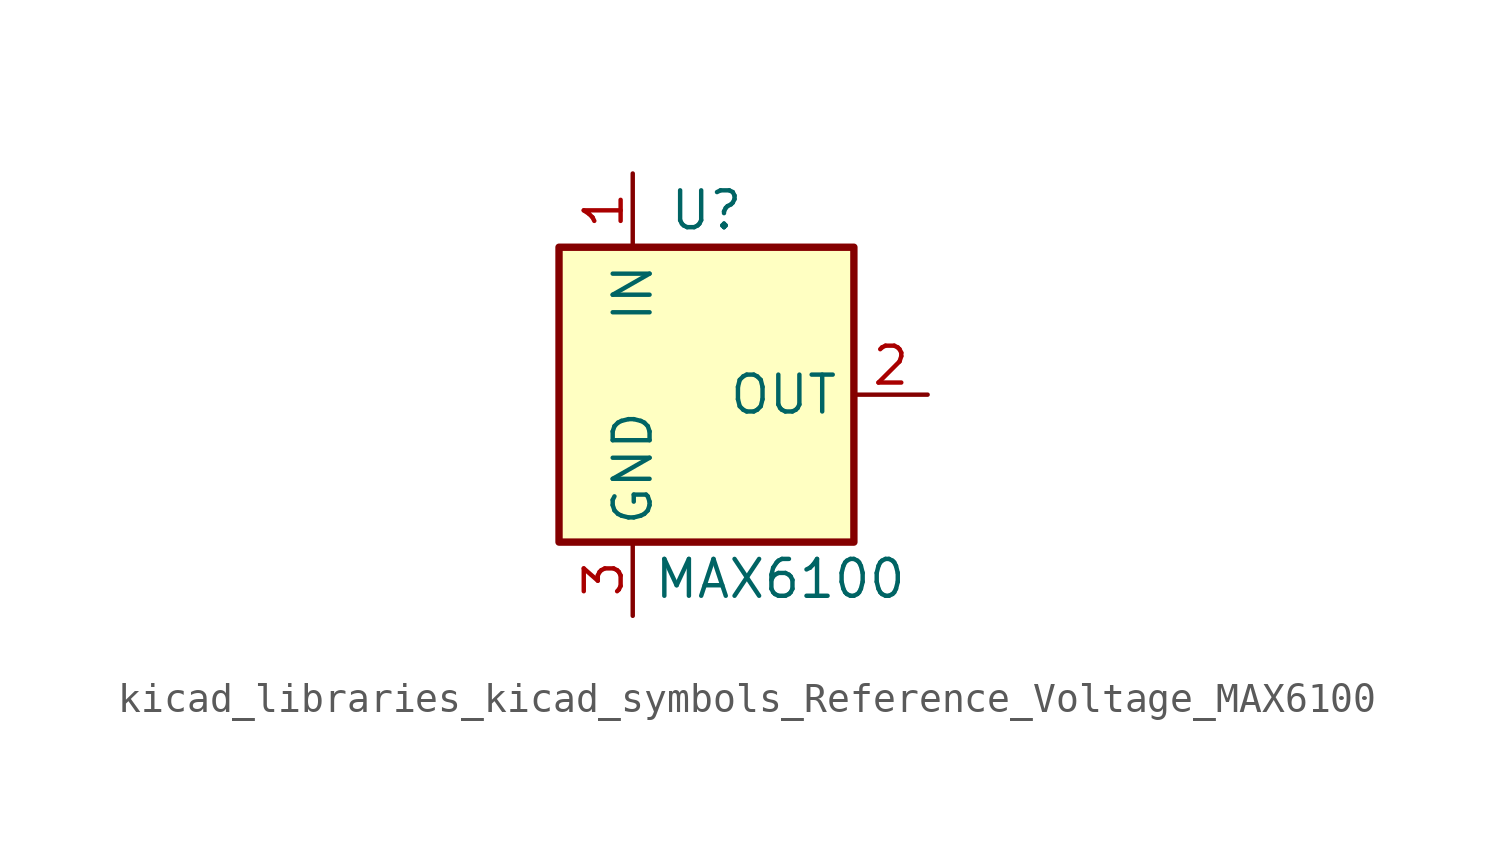
<source format=kicad_sym>
(kicad_symbol_lib
  (version 20220914)
  (generator kicad_symbol_editor)
  (symbol "kicad_libraries_kicad_symbols_Reference_Voltage_MAX6100"
    (property "Reference" "U"
      (at 0 6.35 0)
      (effects (font (size 1.27 1.27))))
    (property "Value" "MAX6100"
      (at 2.54 -6.35 0)
      (effects (font (size 1.27 1.27))))
    (symbol "kicad_libraries_kicad_symbols_Reference_Voltage_MAX6100_0_1"
      (rectangle (start -5.08 5.08) (end 5.08 -5.08) (stroke (width 0.254) (type default)) (fill (type background))))
    (symbol "kicad_libraries_kicad_symbols_Reference_Voltage_MAX6100_1_1"
      (pin power_in line (at -2.54 7.62 270) (length 2.54) (name "IN" (effects (font (size 1.27 1.27)))) (number "1" (effects (font (size 1.27 1.27)))))
      (pin power_out line (at 7.62 0 180) (length 2.54) (name "OUT" (effects (font (size 1.27 1.27)))) (number "2" (effects (font (size 1.27 1.27)))))
      (pin power_in line (at -2.54 -7.62 90) (length 2.54) (name "GND" (effects (font (size 1.27 1.27)))) (number "3" (effects (font (size 1.27 1.27))))))))
</source>
